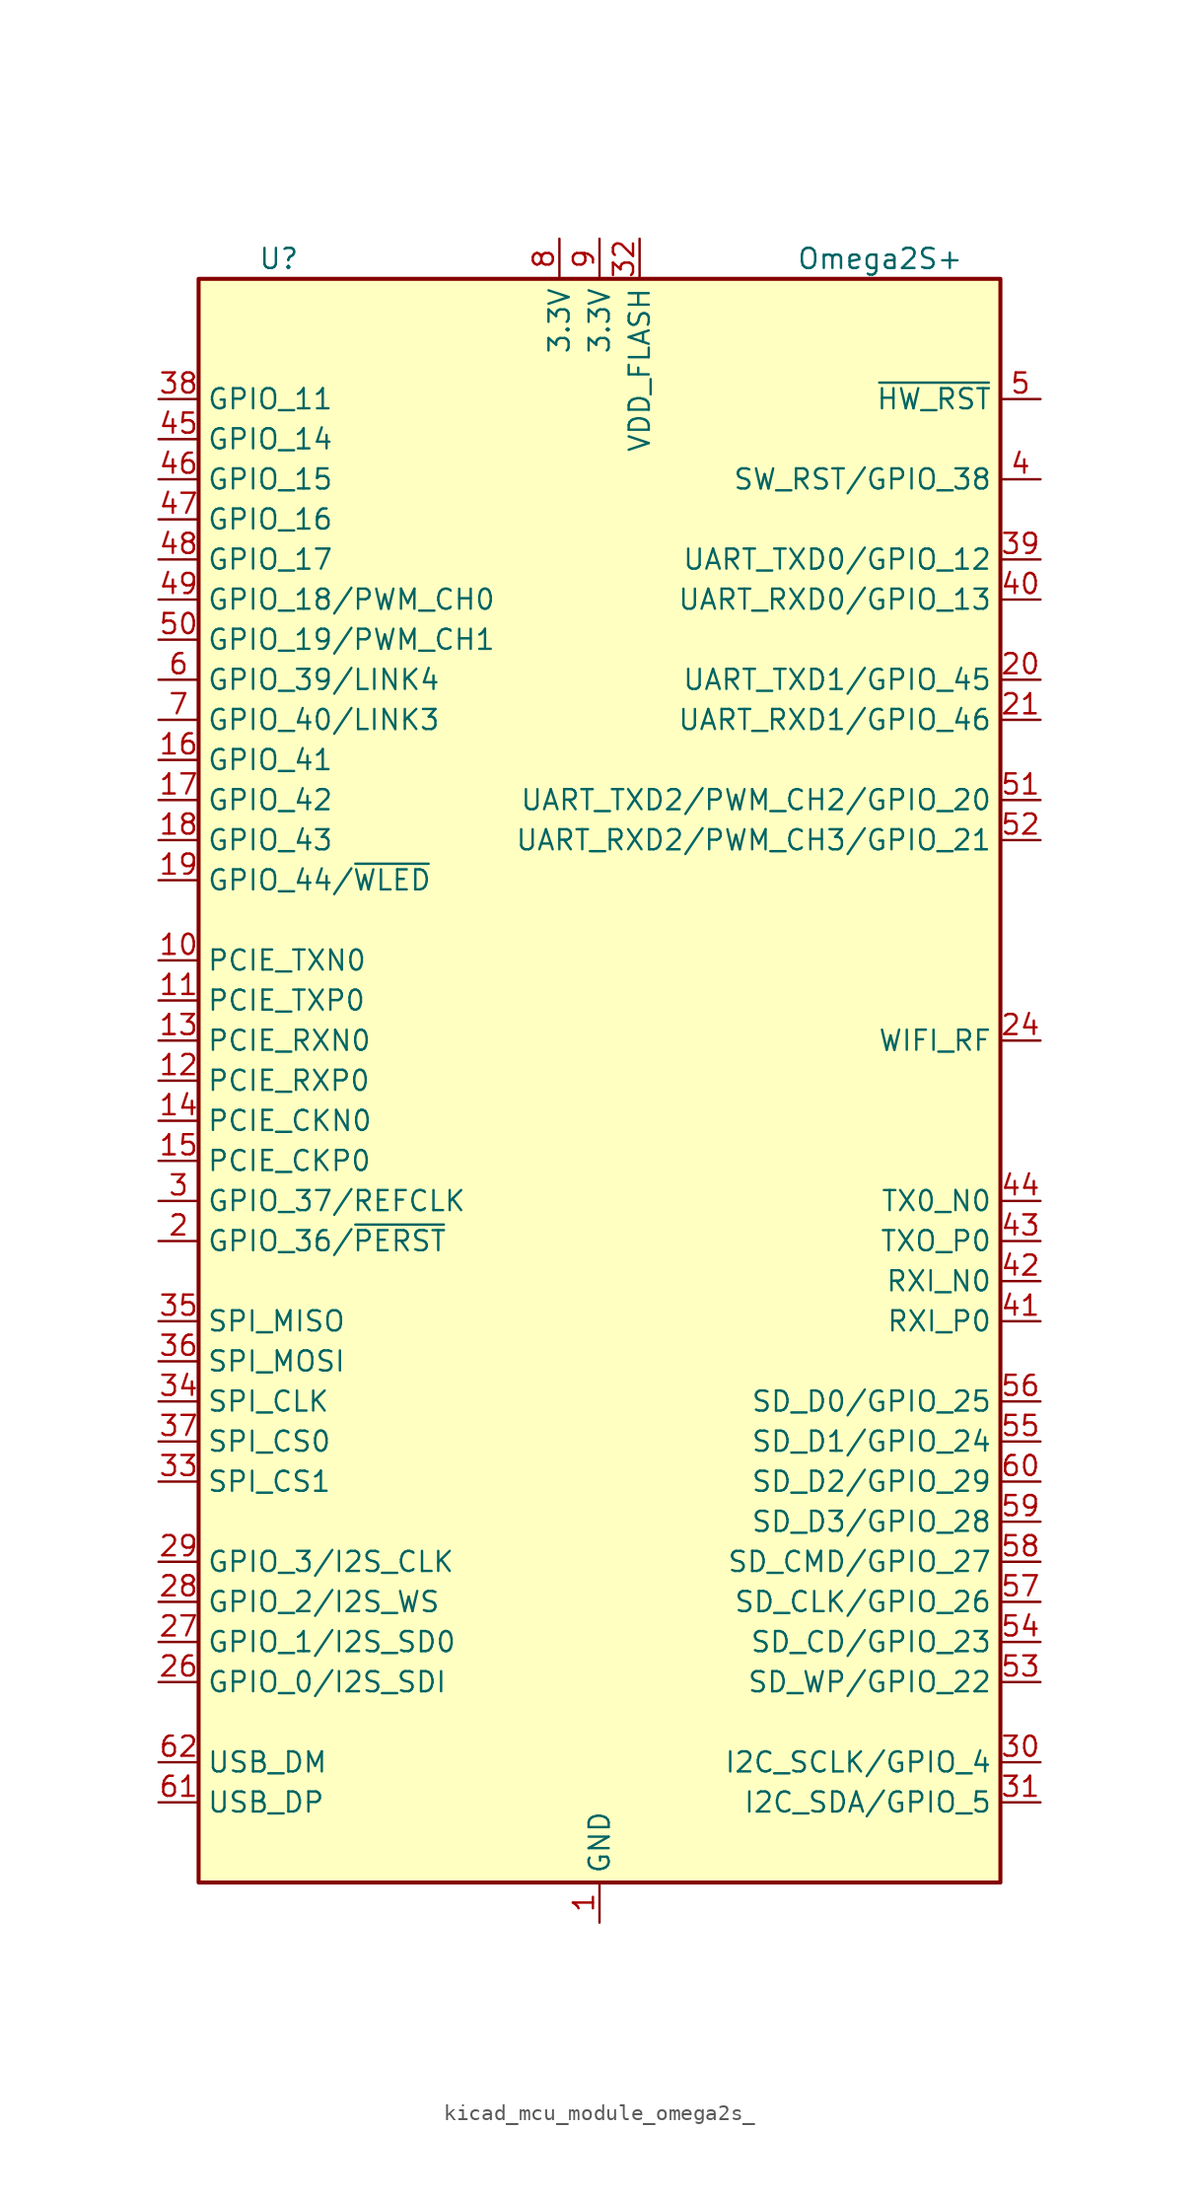
<source format=kicad_sym>
(kicad_symbol_lib
  (version 20220914)
  (generator kicad_symbol_editor)
  (symbol "kicad_mcu_module_omega2s_"
    (property "Reference" "U"
      (at -20.32 52.07 0)
      (effects (font (size 1.27 1.27))))
    (property "Value" "Omega2S+"
      (at 17.78 52.07 0)
      (effects (font (size 1.27 1.27))))
    (symbol "kicad_mcu_module_omega2s__0_1"
      (rectangle (start -25.4 -50.8) (end 25.4 50.8) (stroke (width 0.254) (type default)) (fill (type background))))
    (symbol "kicad_mcu_module_omega2s__1_1"
      (pin power_in line (at 0 -53.34 90) (length 2.54) (name "GND" (effects (font (size 1.27 1.27)))) (number "1" (effects (font (size 1.27 1.27)))))
      (pin output line (at -27.94 7.62 0) (length 2.54) (name "PCIE_TXN0" (effects (font (size 1.27 1.27)))) (number "10" (effects (font (size 1.27 1.27)))))
      (pin output line (at -27.94 5.08 0) (length 2.54) (name "PCIE_TXP0" (effects (font (size 1.27 1.27)))) (number "11" (effects (font (size 1.27 1.27)))))
      (pin input line (at -27.94 0 0) (length 2.54) (name "PCIE_RXP0" (effects (font (size 1.27 1.27)))) (number "12" (effects (font (size 1.27 1.27)))))
      (pin input line (at -27.94 2.54 0) (length 2.54) (name "PCIE_RXN0" (effects (font (size 1.27 1.27)))) (number "13" (effects (font (size 1.27 1.27)))))
      (pin output line (at -27.94 -2.54 0) (length 2.54) (name "PCIE_CKN0" (effects (font (size 1.27 1.27)))) (number "14" (effects (font (size 1.27 1.27)))))
      (pin output line (at -27.94 -5.08 0) (length 2.54) (name "PCIE_CKP0" (effects (font (size 1.27 1.27)))) (number "15" (effects (font (size 1.27 1.27)))))
      (pin bidirectional line (at -27.94 20.32 0) (length 2.54) (name "GPIO_41" (effects (font (size 1.27 1.27)))) (number "16" (effects (font (size 1.27 1.27)))))
      (pin bidirectional line (at -27.94 17.78 0) (length 2.54) (name "GPIO_42" (effects (font (size 1.27 1.27)))) (number "17" (effects (font (size 1.27 1.27)))))
      (pin bidirectional line (at -27.94 15.24 0) (length 2.54) (name "GPIO_43" (effects (font (size 1.27 1.27)))) (number "18" (effects (font (size 1.27 1.27)))))
      (pin bidirectional line (at -27.94 12.7 0) (length 2.54) (name "GPIO_44/~{WLED}" (effects (font (size 1.27 1.27)))) (number "19" (effects (font (size 1.27 1.27)))))
      (pin bidirectional line (at -27.94 -10.16 0) (length 2.54) (name "GPIO_36/~{PERST}" (effects (font (size 1.27 1.27)))) (number "2" (effects (font (size 1.27 1.27)))))
      (pin bidirectional line (at 27.94 25.4 180) (length 2.54) (name "UART_TXD1/GPIO_45" (effects (font (size 1.27 1.27)))) (number "20" (effects (font (size 1.27 1.27)))))
      (pin bidirectional line (at 27.94 22.86 180) (length 2.54) (name "UART_RXD1/GPIO_46" (effects (font (size 1.27 1.27)))) (number "21" (effects (font (size 1.27 1.27)))))
      (pin passive line (at 0 -53.34 90) (length 2.54) hide (name "GND" (effects (font (size 1.27 1.27)))) (number "22" (effects (font (size 1.27 1.27)))))
      (pin passive line (at 0 -53.34 90) (length 2.54) hide (name "GND" (effects (font (size 1.27 1.27)))) (number "23" (effects (font (size 1.27 1.27)))))
      (pin passive line (at 27.94 2.54 180) (length 2.54) (name "WIFI_RF" (effects (font (size 1.27 1.27)))) (number "24" (effects (font (size 1.27 1.27)))))
      (pin passive line (at 0 -53.34 90) (length 2.54) hide (name "GND" (effects (font (size 1.27 1.27)))) (number "25" (effects (font (size 1.27 1.27)))))
      (pin bidirectional line (at -27.94 -38.1 0) (length 2.54) (name "GPIO_0/I2S_SDI" (effects (font (size 1.27 1.27)))) (number "26" (effects (font (size 1.27 1.27)))))
      (pin bidirectional line (at -27.94 -35.56 0) (length 2.54) (name "GPIO_1/I2S_SD0" (effects (font (size 1.27 1.27)))) (number "27" (effects (font (size 1.27 1.27)))))
      (pin bidirectional line (at -27.94 -33.02 0) (length 2.54) (name "GPIO_2/I2S_WS" (effects (font (size 1.27 1.27)))) (number "28" (effects (font (size 1.27 1.27)))))
      (pin bidirectional line (at -27.94 -30.48 0) (length 2.54) (name "GPIO_3/I2S_CLK" (effects (font (size 1.27 1.27)))) (number "29" (effects (font (size 1.27 1.27)))))
      (pin bidirectional line (at -27.94 -7.62 0) (length 2.54) (name "GPIO_37/REFCLK" (effects (font (size 1.27 1.27)))) (number "3" (effects (font (size 1.27 1.27)))))
      (pin bidirectional line (at 27.94 -43.18 180) (length 2.54) (name "I2C_SCLK/GPIO_4" (effects (font (size 1.27 1.27)))) (number "30" (effects (font (size 1.27 1.27)))))
      (pin bidirectional line (at 27.94 -45.72 180) (length 2.54) (name "I2C_SDA/GPIO_5" (effects (font (size 1.27 1.27)))) (number "31" (effects (font (size 1.27 1.27)))))
      (pin power_in line (at 2.54 53.34 270) (length 2.54) (name "VDD_FLASH" (effects (font (size 1.27 1.27)))) (number "32" (effects (font (size 1.27 1.27)))))
      (pin output line (at -27.94 -25.4 0) (length 2.54) (name "SPI_CS1" (effects (font (size 1.27 1.27)))) (number "33" (effects (font (size 1.27 1.27)))))
      (pin output line (at -27.94 -20.32 0) (length 2.54) (name "SPI_CLK" (effects (font (size 1.27 1.27)))) (number "34" (effects (font (size 1.27 1.27)))))
      (pin input line (at -27.94 -15.24 0) (length 2.54) (name "SPI_MISO" (effects (font (size 1.27 1.27)))) (number "35" (effects (font (size 1.27 1.27)))))
      (pin output line (at -27.94 -17.78 0) (length 2.54) (name "SPI_MOSI" (effects (font (size 1.27 1.27)))) (number "36" (effects (font (size 1.27 1.27)))))
      (pin output line (at -27.94 -22.86 0) (length 2.54) (name "SPI_CS0" (effects (font (size 1.27 1.27)))) (number "37" (effects (font (size 1.27 1.27)))))
      (pin bidirectional line (at -27.94 43.18 0) (length 2.54) (name "GPIO_11" (effects (font (size 1.27 1.27)))) (number "38" (effects (font (size 1.27 1.27)))))
      (pin bidirectional line (at 27.94 33.02 180) (length 2.54) (name "UART_TXD0/GPIO_12" (effects (font (size 1.27 1.27)))) (number "39" (effects (font (size 1.27 1.27)))))
      (pin bidirectional line (at 27.94 38.1 180) (length 2.54) (name "SW_RST/GPIO_38" (effects (font (size 1.27 1.27)))) (number "4" (effects (font (size 1.27 1.27)))))
      (pin bidirectional line (at 27.94 30.48 180) (length 2.54) (name "UART_RXD0/GPIO_13" (effects (font (size 1.27 1.27)))) (number "40" (effects (font (size 1.27 1.27)))))
      (pin input line (at 27.94 -15.24 180) (length 2.54) (name "RXI_P0" (effects (font (size 1.27 1.27)))) (number "41" (effects (font (size 1.27 1.27)))))
      (pin input line (at 27.94 -12.7 180) (length 2.54) (name "RXI_N0" (effects (font (size 1.27 1.27)))) (number "42" (effects (font (size 1.27 1.27)))))
      (pin output line (at 27.94 -10.16 180) (length 2.54) (name "TXO_P0" (effects (font (size 1.27 1.27)))) (number "43" (effects (font (size 1.27 1.27)))))
      (pin output line (at 27.94 -7.62 180) (length 2.54) (name "TX0_N0" (effects (font (size 1.27 1.27)))) (number "44" (effects (font (size 1.27 1.27)))))
      (pin bidirectional line (at -27.94 40.64 0) (length 2.54) (name "GPIO_14" (effects (font (size 1.27 1.27)))) (number "45" (effects (font (size 1.27 1.27)))))
      (pin bidirectional line (at -27.94 38.1 0) (length 2.54) (name "GPIO_15" (effects (font (size 1.27 1.27)))) (number "46" (effects (font (size 1.27 1.27)))))
      (pin bidirectional line (at -27.94 35.56 0) (length 2.54) (name "GPIO_16" (effects (font (size 1.27 1.27)))) (number "47" (effects (font (size 1.27 1.27)))))
      (pin bidirectional line (at -27.94 33.02 0) (length 2.54) (name "GPIO_17" (effects (font (size 1.27 1.27)))) (number "48" (effects (font (size 1.27 1.27)))))
      (pin bidirectional line (at -27.94 30.48 0) (length 2.54) (name "GPIO_18/PWM_CH0" (effects (font (size 1.27 1.27)))) (number "49" (effects (font (size 1.27 1.27)))))
      (pin input line (at 27.94 43.18 180) (length 2.54) (name "~{HW_RST}" (effects (font (size 1.27 1.27)))) (number "5" (effects (font (size 1.27 1.27)))))
      (pin bidirectional line (at -27.94 27.94 0) (length 2.54) (name "GPIO_19/PWM_CH1" (effects (font (size 1.27 1.27)))) (number "50" (effects (font (size 1.27 1.27)))))
      (pin bidirectional line (at 27.94 17.78 180) (length 2.54) (name "UART_TXD2/PWM_CH2/GPIO_20" (effects (font (size 1.27 1.27)))) (number "51" (effects (font (size 1.27 1.27)))))
      (pin bidirectional line (at 27.94 15.24 180) (length 2.54) (name "UART_RXD2/PWM_CH3/GPIO_21" (effects (font (size 1.27 1.27)))) (number "52" (effects (font (size 1.27 1.27)))))
      (pin bidirectional line (at 27.94 -38.1 180) (length 2.54) (name "SD_WP/GPIO_22" (effects (font (size 1.27 1.27)))) (number "53" (effects (font (size 1.27 1.27)))))
      (pin bidirectional line (at 27.94 -35.56 180) (length 2.54) (name "SD_CD/GPIO_23" (effects (font (size 1.27 1.27)))) (number "54" (effects (font (size 1.27 1.27)))))
      (pin bidirectional line (at 27.94 -22.86 180) (length 2.54) (name "SD_D1/GPIO_24" (effects (font (size 1.27 1.27)))) (number "55" (effects (font (size 1.27 1.27)))))
      (pin bidirectional line (at 27.94 -20.32 180) (length 2.54) (name "SD_D0/GPIO_25" (effects (font (size 1.27 1.27)))) (number "56" (effects (font (size 1.27 1.27)))))
      (pin bidirectional line (at 27.94 -33.02 180) (length 2.54) (name "SD_CLK/GPIO_26" (effects (font (size 1.27 1.27)))) (number "57" (effects (font (size 1.27 1.27)))))
      (pin bidirectional line (at 27.94 -30.48 180) (length 2.54) (name "SD_CMD/GPIO_27" (effects (font (size 1.27 1.27)))) (number "58" (effects (font (size 1.27 1.27)))))
      (pin bidirectional line (at 27.94 -27.94 180) (length 2.54) (name "SD_D3/GPIO_28" (effects (font (size 1.27 1.27)))) (number "59" (effects (font (size 1.27 1.27)))))
      (pin bidirectional line (at -27.94 25.4 0) (length 2.54) (name "GPIO_39/LINK4" (effects (font (size 1.27 1.27)))) (number "6" (effects (font (size 1.27 1.27)))))
      (pin bidirectional line (at 27.94 -25.4 180) (length 2.54) (name "SD_D2/GPIO_29" (effects (font (size 1.27 1.27)))) (number "60" (effects (font (size 1.27 1.27)))))
      (pin bidirectional line (at -27.94 -45.72 0) (length 2.54) (name "USB_DP" (effects (font (size 1.27 1.27)))) (number "61" (effects (font (size 1.27 1.27)))))
      (pin bidirectional line (at -27.94 -43.18 0) (length 2.54) (name "USB_DM" (effects (font (size 1.27 1.27)))) (number "62" (effects (font (size 1.27 1.27)))))
      (pin passive line (at 0 -53.34 90) (length 2.54) hide (name "GND" (effects (font (size 1.27 1.27)))) (number "63" (effects (font (size 1.27 1.27)))))
      (pin passive line (at 0 -53.34 90) (length 2.54) hide (name "GND" (effects (font (size 1.27 1.27)))) (number "64" (effects (font (size 1.27 1.27)))))
      (pin bidirectional line (at -27.94 22.86 0) (length 2.54) (name "GPIO_40/LINK3" (effects (font (size 1.27 1.27)))) (number "7" (effects (font (size 1.27 1.27)))))
      (pin power_in line (at -2.54 53.34 270) (length 2.54) (name "3.3V" (effects (font (size 1.27 1.27)))) (number "8" (effects (font (size 1.27 1.27)))))
      (pin power_in line (at 0 53.34 270) (length 2.54) (name "3.3V" (effects (font (size 1.27 1.27)))) (number "9" (effects (font (size 1.27 1.27))))))))
</source>
